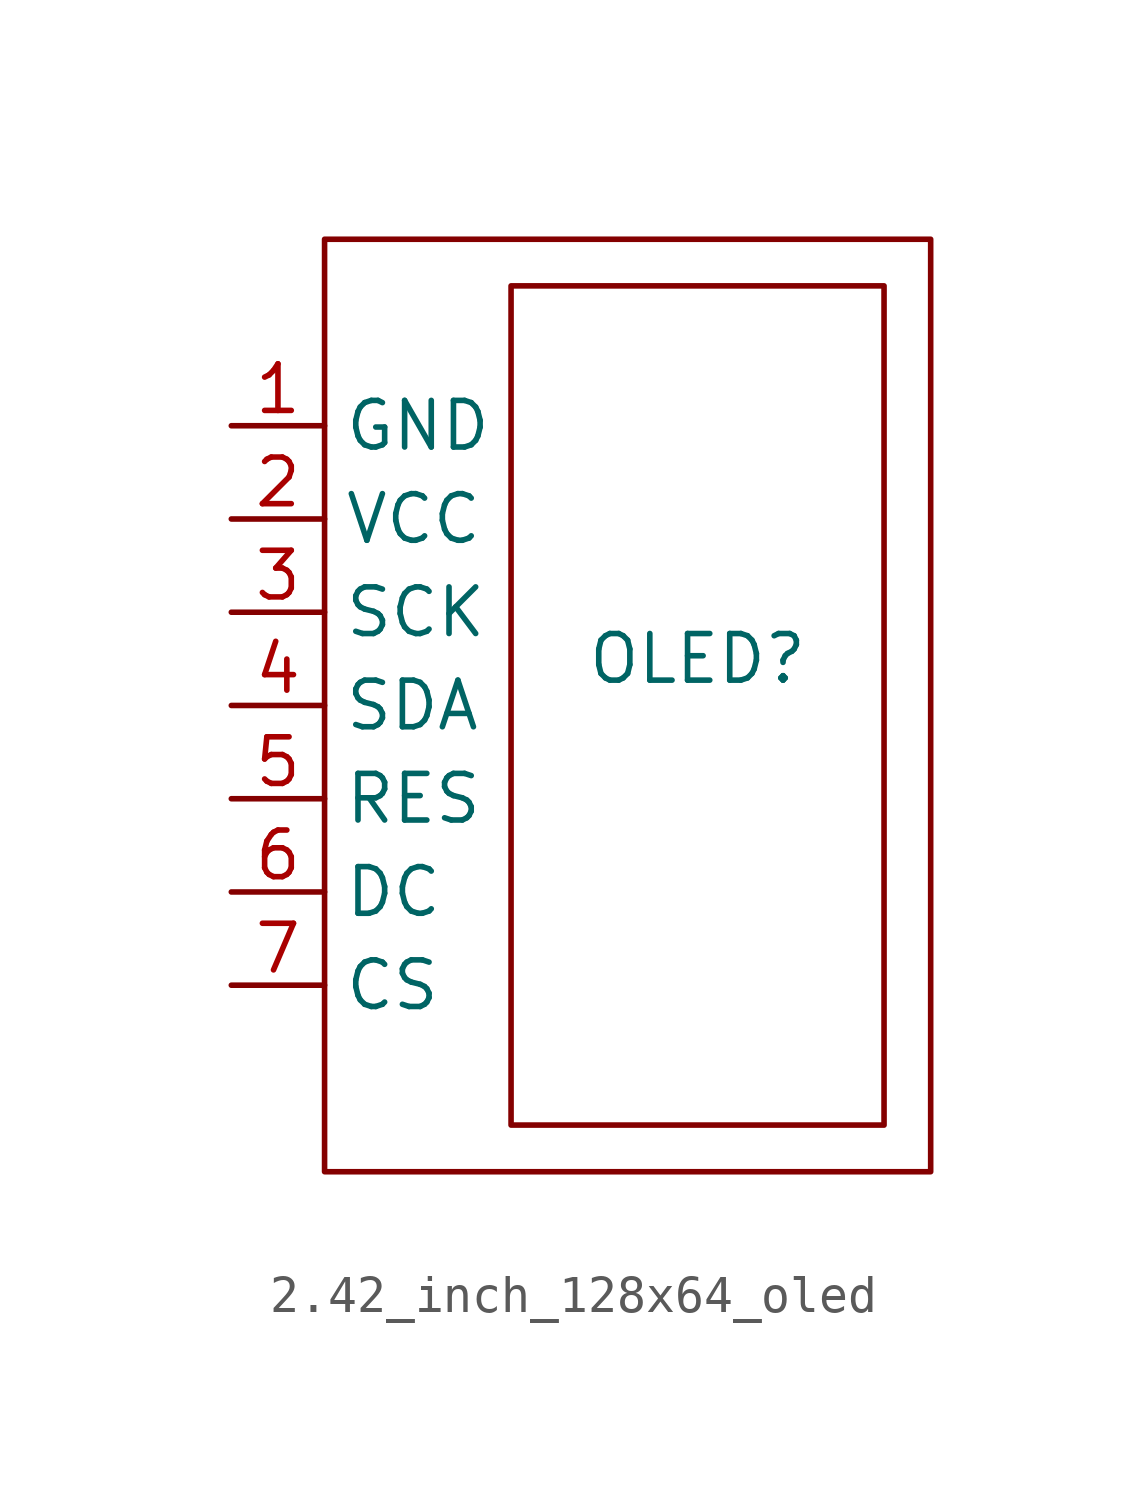
<source format=kicad_sym>
(kicad_symbol_lib
  (version 20211014)
  (generator kicad_symbol_editor)
  (symbol "2.42_inch_128x64_oled"
    (property "Reference" "OLED"
      (at 5.08 -6.35 0)
      (effects (font (size 1.27 1.27))))
    (symbol "2.42_inch_128x64_oled_0_1"
      (rectangle (start -5.08 5.08) (end 11.43 -20.32) (stroke (width 0) (type default) (color 0 0 0 0)) (fill (type none)))
      (rectangle (start 0 3.81) (end 10.16 -19.05) (stroke (width 0) (type default) (color 0 0 0 0)) (fill (type none))))
    (symbol "2.42_inch_128x64_oled_1_1"
      (pin power_in line (at -7.62 0 0) (length 2.54) (name "GND" (effects (font (size 1.27 1.27)))) (number "1" (effects (font (size 1.27 1.27)))))
      (pin power_in line (at -7.62 -2.54 0) (length 2.54) (name "VCC" (effects (font (size 1.27 1.27)))) (number "2" (effects (font (size 1.27 1.27)))))
      (pin power_in line (at -7.62 -5.08 0) (length 2.54) (name "SCK" (effects (font (size 1.27 1.27)))) (number "3" (effects (font (size 1.27 1.27)))))
      (pin power_in line (at -7.62 -7.62 0) (length 2.54) (name "SDA" (effects (font (size 1.27 1.27)))) (number "4" (effects (font (size 1.27 1.27)))))
      (pin power_in line (at -7.62 -10.16 0) (length 2.54) (name "RES" (effects (font (size 1.27 1.27)))) (number "5" (effects (font (size 1.27 1.27)))))
      (pin power_in line (at -7.62 -12.7 0) (length 2.54) (name "DC" (effects (font (size 1.27 1.27)))) (number "6" (effects (font (size 1.27 1.27)))))
      (pin power_in line (at -7.62 -15.24 0) (length 2.54) (name "CS" (effects (font (size 1.27 1.27)))) (number "7" (effects (font (size 1.27 1.27))))))))
</source>
